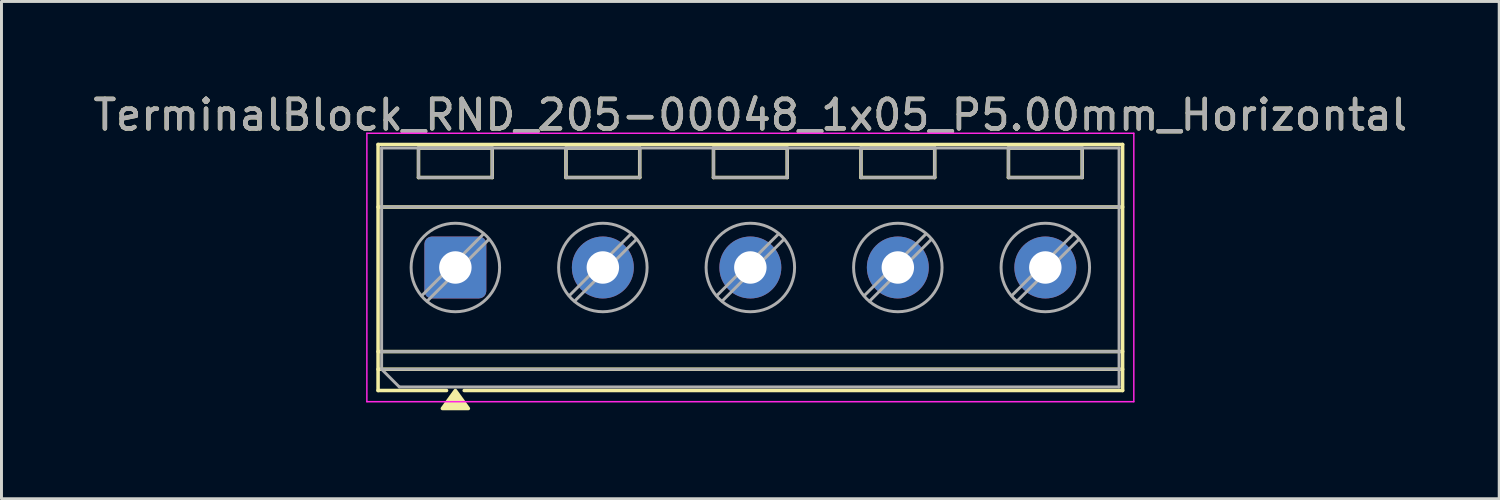
<source format=kicad_pcb>
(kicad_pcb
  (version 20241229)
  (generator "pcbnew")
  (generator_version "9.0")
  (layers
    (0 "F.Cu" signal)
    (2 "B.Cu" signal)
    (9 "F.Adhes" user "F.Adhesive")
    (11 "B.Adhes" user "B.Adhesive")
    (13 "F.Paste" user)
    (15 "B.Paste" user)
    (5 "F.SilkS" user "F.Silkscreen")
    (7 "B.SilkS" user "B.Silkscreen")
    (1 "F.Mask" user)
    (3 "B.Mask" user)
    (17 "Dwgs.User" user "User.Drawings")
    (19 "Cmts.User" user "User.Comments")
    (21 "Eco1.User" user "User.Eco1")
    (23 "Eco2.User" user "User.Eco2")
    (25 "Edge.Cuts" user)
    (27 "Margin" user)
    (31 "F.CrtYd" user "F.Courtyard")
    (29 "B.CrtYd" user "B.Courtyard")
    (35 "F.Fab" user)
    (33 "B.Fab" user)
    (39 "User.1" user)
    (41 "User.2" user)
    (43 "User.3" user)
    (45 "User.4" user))
  (footprint "TerminalBlock_RND_205-00048_1x05_P5.00mm_Horizontal"
    (layer "F.Cu")
    (at 12.387 6.018)
    (property "Reference" "TerminalBlock_RND_205-00048_1x05_P5.00mm_Horizontal" (at 10 -5.17 0) (layer "F.SilkS") (effects (font (size 1 1) (thickness 0.15))))
    (attr through_hole)
    (fp_line (start -2.62 -4.17) (end 22.62 -4.17) (stroke (width 0.12) (type solid)) (layer "F.SilkS"))
    (fp_line (start -2.62 -2.05) (end 22.62 -2.05) (stroke (width 0.12) (type solid)) (layer "F.SilkS"))
    (fp_line (start -2.62 2.85) (end 22.62 2.85) (stroke (width 0.12) (type solid)) (layer "F.SilkS"))
    (fp_line (start -2.62 3.45) (end 22.62 3.45) (stroke (width 0.12) (type solid)) (layer "F.SilkS"))
    (fp_line (start -2.62 4.17) (end -2.62 -4.17) (stroke (width 0.12) (type solid)) (layer "F.SilkS"))
    (fp_line (start -1.25 -4.05) (end 1.25 -4.05) (stroke (width 0.12) (type solid)) (layer "F.SilkS"))
    (fp_line (start -1.25 -3.05) (end -1.25 -4.05) (stroke (width 0.12) (type solid)) (layer "F.SilkS"))
    (fp_line (start -0.3 4.17) (end -2.62 4.17) (stroke (width 0.12) (type solid)) (layer "F.SilkS"))
    (fp_line (start 1.25 -4.05) (end 1.25 -3.05) (stroke (width 0.12) (type solid)) (layer "F.SilkS"))
    (fp_line (start 1.25 -3.05) (end -1.25 -3.05) (stroke (width 0.12) (type solid)) (layer "F.SilkS"))
    (fp_line (start 3.75 -4.05) (end 6.25 -4.05) (stroke (width 0.12) (type solid)) (layer "F.SilkS"))
    (fp_line (start 3.75 -3.05) (end 3.75 -4.05) (stroke (width 0.12) (type solid)) (layer "F.SilkS"))
    (fp_line (start 6.25 -4.05) (end 6.25 -3.05) (stroke (width 0.12) (type solid)) (layer "F.SilkS"))
    (fp_line (start 6.25 -3.05) (end 3.75 -3.05) (stroke (width 0.12) (type solid)) (layer "F.SilkS"))
    (fp_line (start 8.75 -4.05) (end 11.25 -4.05) (stroke (width 0.12) (type solid)) (layer "F.SilkS"))
    (fp_line (start 8.75 -3.05) (end 8.75 -4.05) (stroke (width 0.12) (type solid)) (layer "F.SilkS"))
    (fp_line (start 11.25 -4.05) (end 11.25 -3.05) (stroke (width 0.12) (type solid)) (layer "F.SilkS"))
    (fp_line (start 11.25 -3.05) (end 8.75 -3.05) (stroke (width 0.12) (type solid)) (layer "F.SilkS"))
    (fp_line (start 13.75 -4.05) (end 16.25 -4.05) (stroke (width 0.12) (type solid)) (layer "F.SilkS"))
    (fp_line (start 13.75 -3.05) (end 13.75 -4.05) (stroke (width 0.12) (type solid)) (layer "F.SilkS"))
    (fp_line (start 16.25 -4.05) (end 16.25 -3.05) (stroke (width 0.12) (type solid)) (layer "F.SilkS"))
    (fp_line (start 16.25 -3.05) (end 13.75 -3.05) (stroke (width 0.12) (type solid)) (layer "F.SilkS"))
    (fp_line (start 18.75 -4.05) (end 21.25 -4.05) (stroke (width 0.12) (type solid)) (layer "F.SilkS"))
    (fp_line (start 18.75 -3.05) (end 18.75 -4.05) (stroke (width 0.12) (type solid)) (layer "F.SilkS"))
    (fp_line (start 21.25 -4.05) (end 21.25 -3.05) (stroke (width 0.12) (type solid)) (layer "F.SilkS"))
    (fp_line (start 21.25 -3.05) (end 18.75 -3.05) (stroke (width 0.12) (type solid)) (layer "F.SilkS"))
    (fp_line (start 22.62 -4.17) (end 22.62 4.17) (stroke (width 0.12) (type solid)) (layer "F.SilkS"))
    (fp_line (start 22.62 4.17) (end 0.3 4.17) (stroke (width 0.12) (type solid)) (layer "F.SilkS"))
    (fp_poly (pts (xy 0 4.17) (xy 0.44 4.78) (xy -0.44 4.78)) (stroke (width 0.12) (type solid)) (fill yes) (layer "F.SilkS"))
    (fp_line (start -3 -4.55) (end -3 4.55) (stroke (width 0.05) (type solid)) (layer "F.CrtYd"))
    (fp_line (start -3 4.55) (end 23 4.55) (stroke (width 0.05) (type solid)) (layer "F.CrtYd"))
    (fp_line (start 23 -4.55) (end -3 -4.55) (stroke (width 0.05) (type solid)) (layer "F.CrtYd"))
    (fp_line (start 23 4.55) (end 23 -4.55) (stroke (width 0.05) (type solid)) (layer "F.CrtYd"))
    (fp_line (start -2.5 -4.05) (end 22.5 -4.05) (stroke (width 0.1) (type solid)) (layer "F.Fab"))
    (fp_line (start -2.5 -2.05) (end 22.5 -2.05) (stroke (width 0.1) (type solid)) (layer "F.Fab"))
    (fp_line (start -2.5 2.85) (end 22.5 2.85) (stroke (width 0.1) (type solid)) (layer "F.Fab"))
    (fp_line (start -2.5 3.45) (end -2.5 -4.05) (stroke (width 0.1) (type solid)) (layer "F.Fab"))
    (fp_line (start -2.5 3.45) (end 22.5 3.45) (stroke (width 0.1) (type solid)) (layer "F.Fab"))
    (fp_line (start -1.9 4.05) (end -2.5 3.45) (stroke (width 0.1) (type solid)) (layer "F.Fab"))
    (fp_line (start -1.25 -4.05) (end -1.25 -3.05) (stroke (width 0.1) (type solid)) (layer "F.Fab"))
    (fp_line (start -1.25 -3.05) (end 1.25 -3.05) (stroke (width 0.1) (type solid)) (layer "F.Fab"))
    (fp_line (start 0.955 -1.138) (end -1.138 0.955) (stroke (width 0.1) (type solid)) (layer "F.Fab"))
    (fp_line (start 1.138 -0.955) (end -0.955 1.138) (stroke (width 0.1) (type solid)) (layer "F.Fab"))
    (fp_line (start 1.25 -4.05) (end -1.25 -4.05) (stroke (width 0.1) (type solid)) (layer "F.Fab"))
    (fp_line (start 1.25 -3.05) (end 1.25 -4.05) (stroke (width 0.1) (type solid)) (layer "F.Fab"))
    (fp_line (start 3.75 -4.05) (end 3.75 -3.05) (stroke (width 0.1) (type solid)) (layer "F.Fab"))
    (fp_line (start 3.75 -3.05) (end 6.25 -3.05) (stroke (width 0.1) (type solid)) (layer "F.Fab"))
    (fp_line (start 5.955 -1.138) (end 3.862 0.955) (stroke (width 0.1) (type solid)) (layer "F.Fab"))
    (fp_line (start 6.138 -0.955) (end 4.045 1.138) (stroke (width 0.1) (type solid)) (layer "F.Fab"))
    (fp_line (start 6.25 -4.05) (end 3.75 -4.05) (stroke (width 0.1) (type solid)) (layer "F.Fab"))
    (fp_line (start 6.25 -3.05) (end 6.25 -4.05) (stroke (width 0.1) (type solid)) (layer "F.Fab"))
    (fp_line (start 8.75 -4.05) (end 8.75 -3.05) (stroke (width 0.1) (type solid)) (layer "F.Fab"))
    (fp_line (start 8.75 -3.05) (end 11.25 -3.05) (stroke (width 0.1) (type solid)) (layer "F.Fab"))
    (fp_line (start 10.955 -1.138) (end 8.862 0.955) (stroke (width 0.1) (type solid)) (layer "F.Fab"))
    (fp_line (start 11.138 -0.955) (end 9.045 1.138) (stroke (width 0.1) (type solid)) (layer "F.Fab"))
    (fp_line (start 11.25 -4.05) (end 8.75 -4.05) (stroke (width 0.1) (type solid)) (layer "F.Fab"))
    (fp_line (start 11.25 -3.05) (end 11.25 -4.05) (stroke (width 0.1) (type solid)) (layer "F.Fab"))
    (fp_line (start 13.75 -4.05) (end 13.75 -3.05) (stroke (width 0.1) (type solid)) (layer "F.Fab"))
    (fp_line (start 13.75 -3.05) (end 16.25 -3.05) (stroke (width 0.1) (type solid)) (layer "F.Fab"))
    (fp_line (start 15.955 -1.138) (end 13.862 0.955) (stroke (width 0.1) (type solid)) (layer "F.Fab"))
    (fp_line (start 16.138 -0.955) (end 14.045 1.138) (stroke (width 0.1) (type solid)) (layer "F.Fab"))
    (fp_line (start 16.25 -4.05) (end 13.75 -4.05) (stroke (width 0.1) (type solid)) (layer "F.Fab"))
    (fp_line (start 16.25 -3.05) (end 16.25 -4.05) (stroke (width 0.1) (type solid)) (layer "F.Fab"))
    (fp_line (start 18.75 -4.05) (end 18.75 -3.05) (stroke (width 0.1) (type solid)) (layer "F.Fab"))
    (fp_line (start 18.75 -3.05) (end 21.25 -3.05) (stroke (width 0.1) (type solid)) (layer "F.Fab"))
    (fp_line (start 20.955 -1.138) (end 18.862 0.955) (stroke (width 0.1) (type solid)) (layer "F.Fab"))
    (fp_line (start 21.138 -0.955) (end 19.045 1.138) (stroke (width 0.1) (type solid)) (layer "F.Fab"))
    (fp_line (start 21.25 -4.05) (end 18.75 -4.05) (stroke (width 0.1) (type solid)) (layer "F.Fab"))
    (fp_line (start 21.25 -3.05) (end 21.25 -4.05) (stroke (width 0.1) (type solid)) (layer "F.Fab"))
    (fp_line (start 22.5 -4.05) (end 22.5 4.05) (stroke (width 0.1) (type solid)) (layer "F.Fab"))
    (fp_line (start 22.5 4.05) (end -1.9 4.05) (stroke (width 0.1) (type solid)) (layer "F.Fab"))
    (fp_circle (center 0 0) (end 1.5 0) (stroke (width 0.1) (type solid)) (fill no) (layer "F.Fab"))
    (fp_circle (center 5 0) (end 6.5 0) (stroke (width 0.1) (type solid)) (fill no) (layer "F.Fab"))
    (fp_circle (center 10 0) (end 11.5 0) (stroke (width 0.1) (type solid)) (fill no) (layer "F.Fab"))
    (fp_circle (center 15 0) (end 16.5 0) (stroke (width 0.1) (type solid)) (fill no) (layer "F.Fab"))
    (fp_circle (center 20 0) (end 21.5 0) (stroke (width 0.1) (type solid)) (fill no) (layer "F.Fab"))
    (fp_text user "${REFERENCE}" (at 10 -5.17 0) (layer "F.Fab") (effects (font (size 1 1) (thickness 0.15))))
    (pad "1" thru_hole roundrect (at 0 0) (size 2.1 2.1) (drill 1.1) (layers "*.Cu" "*.Mask") (roundrect_rratio 0.119))
    (pad "2" thru_hole circle (at 5 0) (size 2.1 2.1) (drill 1.1) (layers "*.Cu" "*.Mask"))
    (pad "3" thru_hole circle (at 10 0) (size 2.1 2.1) (drill 1.1) (layers "*.Cu" "*.Mask"))
    (pad "4" thru_hole circle (at 15 0) (size 2.1 2.1) (drill 1.1) (layers "*.Cu" "*.Mask"))
    (pad "5" thru_hole circle (at 20 0) (size 2.1 2.1) (drill 1.1) (layers "*.Cu" "*.Mask")))
  (gr_rect
    (start -3 -3)
    (end 47.774 13.858)
    (stroke (width 0.1) (type default))
    (fill no)
    (layer "Edge.Cuts")))
</source>
